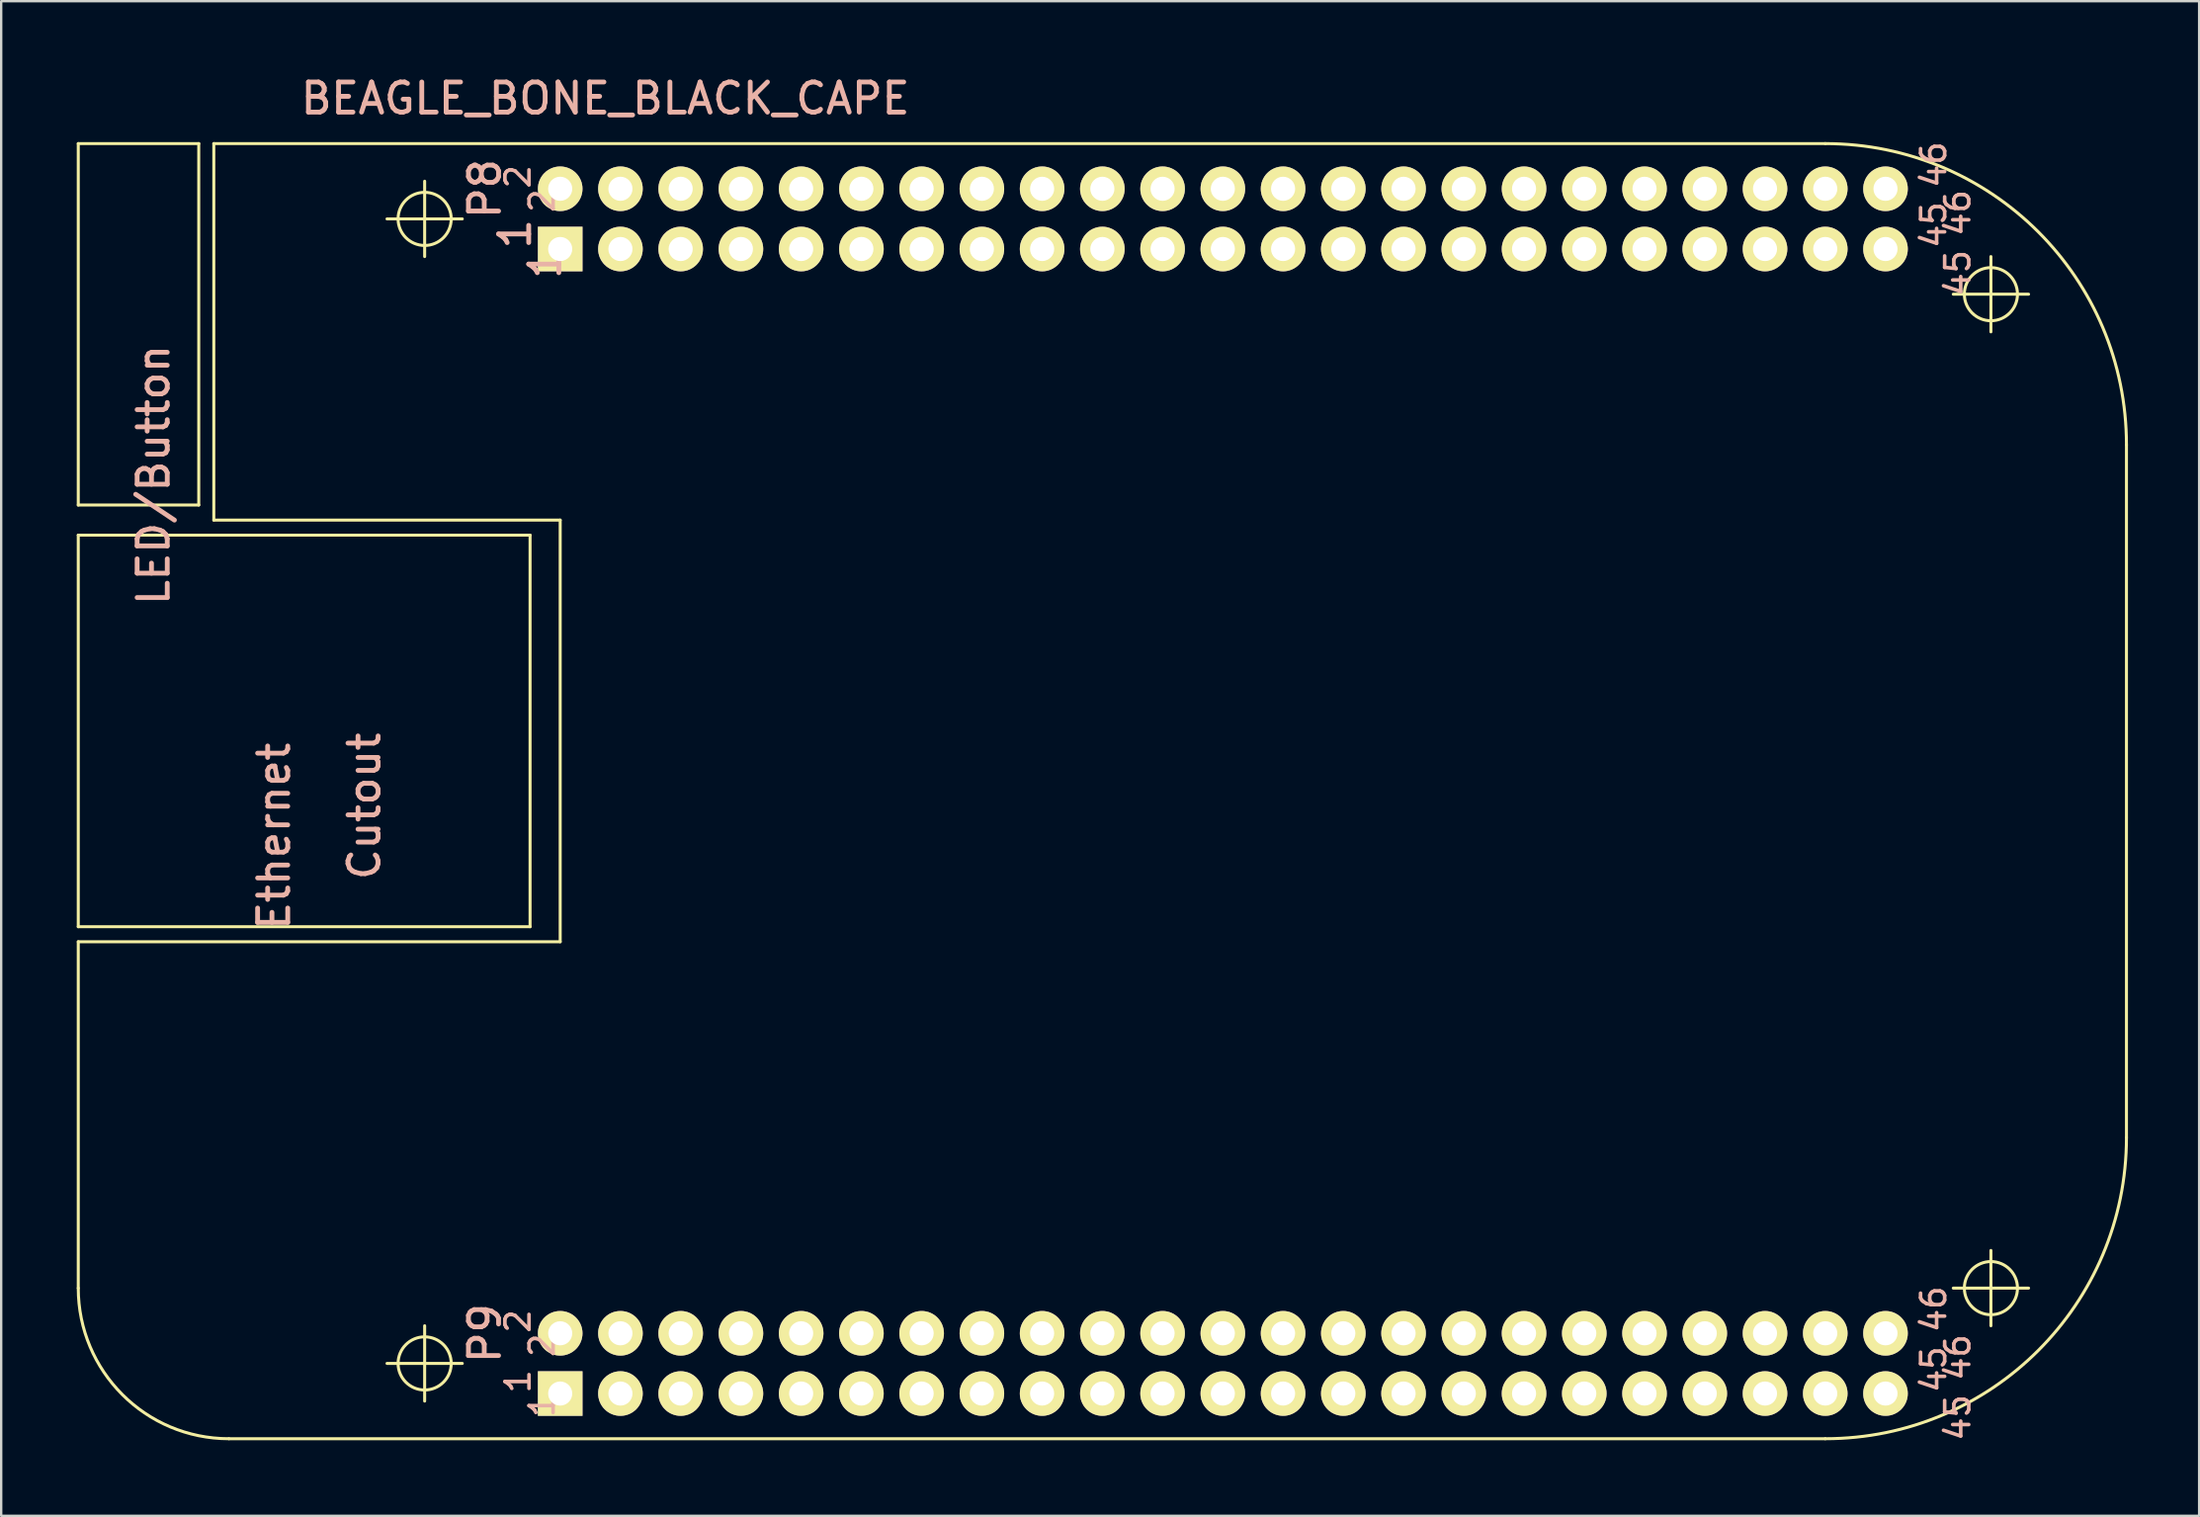
<source format=kicad_pcb>
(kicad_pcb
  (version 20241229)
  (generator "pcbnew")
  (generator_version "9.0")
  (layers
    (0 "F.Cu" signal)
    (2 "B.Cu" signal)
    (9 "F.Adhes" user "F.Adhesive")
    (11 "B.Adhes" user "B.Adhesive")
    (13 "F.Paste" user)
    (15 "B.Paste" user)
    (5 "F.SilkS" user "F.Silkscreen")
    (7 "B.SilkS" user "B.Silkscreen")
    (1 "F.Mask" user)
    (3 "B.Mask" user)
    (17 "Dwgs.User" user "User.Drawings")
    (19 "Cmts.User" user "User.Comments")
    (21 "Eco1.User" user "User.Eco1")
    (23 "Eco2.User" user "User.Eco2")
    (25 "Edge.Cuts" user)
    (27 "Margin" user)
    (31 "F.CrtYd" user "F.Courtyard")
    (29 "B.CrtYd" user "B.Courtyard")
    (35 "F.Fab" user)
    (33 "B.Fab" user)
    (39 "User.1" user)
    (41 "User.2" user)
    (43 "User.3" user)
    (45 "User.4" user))
  (footprint "BEAGLE_BONE_BLACK_CAPE"
    (layer "F.Cu")
    (at 0.25 57.615)
    (property "Reference" "BEAGLE_BONE_BLACK_CAPE" (at 22.225 -56.515 0) (layer "B.SilkS") (effects (font (size 1.27 1.27) (thickness 0.203))))
    (attr exclude_from_pos_files exclude_from_bom)
    (fp_line (start 0 -54.61) (end 0 -39.37) (stroke (width 0.127) (type solid)) (layer "F.SilkS"))
    (fp_line (start 0 -39.37) (end 5.08 -39.37) (stroke (width 0.127) (type solid)) (layer "F.SilkS"))
    (fp_line (start 0 -38.1) (end 0 -21.59) (stroke (width 0.127) (type solid)) (layer "F.SilkS"))
    (fp_line (start 0 -21.59) (end 19.05 -21.59) (stroke (width 0.127) (type solid)) (layer "F.SilkS"))
    (fp_line (start 0 -20.955) (end 0 -6.35) (stroke (width 0.127) (type solid)) (layer "F.SilkS"))
    (fp_line (start 0 -20.955) (end 20.32 -20.955) (stroke (width 0.127) (type solid)) (layer "F.SilkS"))
    (fp_line (start 5.08 -54.61) (end 0 -54.61) (stroke (width 0.127) (type solid)) (layer "F.SilkS"))
    (fp_line (start 5.08 -39.37) (end 5.08 -54.61) (stroke (width 0.127) (type solid)) (layer "F.SilkS"))
    (fp_line (start 5.715 -38.735) (end 5.715 -54.61) (stroke (width 0.127) (type solid)) (layer "F.SilkS"))
    (fp_line (start 5.715 -38.735) (end 20.32 -38.735) (stroke (width 0.127) (type solid)) (layer "F.SilkS"))
    (fp_line (start 6.35 0) (end 73.66 0) (stroke (width 0.127) (type solid)) (layer "F.SilkS"))
    (fp_line (start 13.018 -51.435) (end 16.192 -51.435) (stroke (width 0.127) (type solid)) (layer "F.SilkS"))
    (fp_line (start 13.018 -3.175) (end 16.192 -3.175) (stroke (width 0.127) (type solid)) (layer "F.SilkS"))
    (fp_line (start 14.605 -49.847) (end 14.605 -53.023) (stroke (width 0.127) (type solid)) (layer "F.SilkS"))
    (fp_line (start 14.605 -1.587) (end 14.605 -4.763) (stroke (width 0.127) (type solid)) (layer "F.SilkS"))
    (fp_line (start 19.05 -38.1) (end 0 -38.1) (stroke (width 0.127) (type solid)) (layer "F.SilkS"))
    (fp_line (start 19.05 -21.59) (end 19.05 -38.1) (stroke (width 0.127) (type solid)) (layer "F.SilkS"))
    (fp_line (start 20.32 -20.955) (end 20.32 -38.735) (stroke (width 0.127) (type solid)) (layer "F.SilkS"))
    (fp_line (start 73.66 -54.61) (end 5.715 -54.61) (stroke (width 0.127) (type solid)) (layer "F.SilkS"))
    (fp_line (start 79.058 -48.26) (end 82.233 -48.26) (stroke (width 0.127) (type solid)) (layer "F.SilkS"))
    (fp_line (start 79.058 -6.35) (end 82.233 -6.35) (stroke (width 0.127) (type solid)) (layer "F.SilkS"))
    (fp_line (start 80.645 -46.672) (end 80.645 -49.847) (stroke (width 0.127) (type solid)) (layer "F.SilkS"))
    (fp_line (start 80.645 -4.763) (end 80.645 -7.938) (stroke (width 0.127) (type solid)) (layer "F.SilkS"))
    (fp_line (start 86.36 -12.7) (end 86.36 -41.91) (stroke (width 0.127) (type solid)) (layer "F.SilkS"))
    (fp_arc (start 6.35 0) (mid 1.859872 -1.859872) (end 0 -6.35) (stroke (width 0.127) (type solid)) (layer "F.SilkS"))
    (fp_arc (start 73.66 -54.61) (mid 82.640256 -50.890256) (end 86.36 -41.91) (stroke (width 0.127) (type solid)) (layer "F.SilkS"))
    (fp_arc (start 86.36 -12.7) (mid 82.640256 -3.719744) (end 73.66 0) (stroke (width 0.127) (type solid)) (layer "F.SilkS"))
    (fp_circle (center 14.605 -51.435) (end 15.397 -52.227) (stroke (width 0.127) (type solid)) (fill no) (layer "F.SilkS"))
    (fp_circle (center 14.605 -3.175) (end 15.397 -3.967) (stroke (width 0.127) (type solid)) (fill no) (layer "F.SilkS"))
    (fp_circle (center 80.645 -48.26) (end 81.437 -49.052) (stroke (width 0.127) (type solid)) (fill no) (layer "F.SilkS"))
    (fp_circle (center 80.645 -6.35) (end 81.437 -7.142) (stroke (width 0.127) (type solid)) (fill no) (layer "F.SilkS"))
    (fp_text user "45" (at 79.248 -0.889 270) (layer "B.SilkS") (effects (font (size 1.016 1.016) (thickness 0.152))))
    (fp_text user "P9" (at 17.145 -4.445 90) (layer "B.SilkS") (effects (font (size 1.27 1.27) (thickness 0.203))))
    (fp_text user "46" (at 79.248 -3.429 270) (layer "B.SilkS") (effects (font (size 1.016 1.016) (thickness 0.152))))
    (fp_text user "2" (at 19.558 -52.197 270) (layer "B.SilkS") (effects (font (size 1.016 1.016) (thickness 0.152))))
    (fp_text user "1" (at 18.542 -2.413 90) (layer "B.SilkS") (effects (font (size 1.016 1.016) (thickness 0.152))))
    (fp_text user "1" (at 18.415 -50.8 90) (layer "B.SilkS") (effects (font (size 1.27 1.27) (thickness 0.203))))
    (fp_text user "46" (at 79.248 -51.689 270) (layer "B.SilkS") (effects (font (size 1.016 1.016) (thickness 0.152))))
    (fp_text user "45" (at 78.232 -2.921 90) (layer "B.SilkS") (effects (font (size 1.016 1.016) (thickness 0.152))))
    (fp_text user "45" (at 78.232 -51.181 90) (layer "B.SilkS") (effects (font (size 1.016 1.016) (thickness 0.152))))
    (fp_text user "2" (at 18.542 -4.953 90) (layer "B.SilkS") (effects (font (size 1.016 1.016) (thickness 0.152))))
    (fp_text user "2" (at 18.542 -53.213 90) (layer "B.SilkS") (effects (font (size 1.016 1.016) (thickness 0.152))))
    (fp_text user "46" (at 78.232 -53.721 90) (layer "B.SilkS") (effects (font (size 1.016 1.016) (thickness 0.152))))
    (fp_text user "1" (at 19.685 -49.53 270) (layer "B.SilkS") (effects (font (size 1.27 1.27) (thickness 0.203))))
    (fp_text user "2" (at 19.558 -3.937 270) (layer "B.SilkS") (effects (font (size 1.016 1.016) (thickness 0.152))))
    (fp_text user "46" (at 78.232 -5.461 90) (layer "B.SilkS") (effects (font (size 1.016 1.016) (thickness 0.152))))
    (fp_text user "1" (at 19.558 -1.397 270) (layer "B.SilkS") (effects (font (size 1.016 1.016) (thickness 0.152))))
    (fp_text user "P8" (at 17.145 -52.705 90) (layer "B.SilkS") (effects (font (size 1.27 1.27) (thickness 0.203))))
    (fp_text user "45" (at 79.248 -49.149 270) (layer "B.SilkS") (effects (font (size 1.016 1.016) (thickness 0.152))))
    (fp_text user "LED/Button" (at 3.175 -40.64 270) (layer "B.SilkS") (effects (font (size 1.27 1.27) (thickness 0.203))))
    (fp_text user "Ethernet" (at 8.255 -25.4 270) (layer "B.SilkS") (effects (font (size 1.27 1.27) (thickness 0.203))))
    (fp_text user "Cutout" (at 12.065 -26.67 270) (layer "B.SilkS") (effects (font (size 1.27 1.27) (thickness 0.203))))
    (pad "P8.1" thru_hole rect (at 20.32 -50.165) (size 1.88 1.88) (drill 1.016) (layers "*.Cu" "F.Mask" "F.SilkS" "F.Paste"))
    (pad "P8.1" thru_hole circle (at 30.48 -52.705) (size 1.88 1.88) (drill 1.016) (layers "*.Cu" "F.Mask" "F.SilkS" "F.Paste"))
    (pad "P8.1" thru_hole circle (at 33.02 -52.705) (size 1.88 1.88) (drill 1.016) (layers "*.Cu" "F.Mask" "F.SilkS" "F.Paste"))
    (pad "P8.1" thru_hole circle (at 33.02 -50.165) (size 1.88 1.88) (drill 1.016) (layers "*.Cu" "F.Mask" "F.SilkS" "F.Paste"))
    (pad "P8.1" thru_hole circle (at 35.56 -52.705) (size 1.88 1.88) (drill 1.016) (layers "*.Cu" "F.Mask" "F.SilkS" "F.Paste"))
    (pad "P8.1" thru_hole circle (at 35.56 -50.165) (size 1.88 1.88) (drill 1.016) (layers "*.Cu" "F.Mask" "F.SilkS" "F.Paste"))
    (pad "P8.1" thru_hole circle (at 38.1 -52.705) (size 1.88 1.88) (drill 1.016) (layers "*.Cu" "F.Mask" "F.SilkS" "F.Paste"))
    (pad "P8.1" thru_hole circle (at 38.1 -50.165) (size 1.88 1.88) (drill 1.016) (layers "*.Cu" "F.Mask" "F.SilkS" "F.Paste"))
    (pad "P8.1" thru_hole circle (at 40.64 -52.705) (size 1.88 1.88) (drill 1.016) (layers "*.Cu" "F.Mask" "F.SilkS" "F.Paste"))
    (pad "P8.1" thru_hole circle (at 40.64 -50.165) (size 1.88 1.88) (drill 1.016) (layers "*.Cu" "F.Mask" "F.SilkS" "F.Paste"))
    (pad "P8.1" thru_hole circle (at 43.18 -50.165) (size 1.88 1.88) (drill 1.016) (layers "*.Cu" "F.Mask" "F.SilkS" "F.Paste"))
    (pad "P8.2" thru_hole circle (at 20.32 -52.705) (size 1.88 1.88) (drill 1.016) (layers "*.Cu" "F.Mask" "F.SilkS" "F.Paste"))
    (pad "P8.2" thru_hole circle (at 43.18 -52.705) (size 1.88 1.88) (drill 1.016) (layers "*.Cu" "F.Mask" "F.SilkS" "F.Paste"))
    (pad "P8.2" thru_hole circle (at 45.72 -52.705) (size 1.88 1.88) (drill 1.016) (layers "*.Cu" "F.Mask" "F.SilkS" "F.Paste"))
    (pad "P8.2" thru_hole circle (at 45.72 -50.165) (size 1.88 1.88) (drill 1.016) (layers "*.Cu" "F.Mask" "F.SilkS" "F.Paste"))
    (pad "P8.2" thru_hole circle (at 48.26 -52.705) (size 1.88 1.88) (drill 1.016) (layers "*.Cu" "F.Mask" "F.SilkS" "F.Paste"))
    (pad "P8.2" thru_hole circle (at 48.26 -50.165) (size 1.88 1.88) (drill 1.016) (layers "*.Cu" "F.Mask" "F.SilkS" "F.Paste"))
    (pad "P8.2" thru_hole circle (at 50.8 -52.705) (size 1.88 1.88) (drill 1.016) (layers "*.Cu" "F.Mask" "F.SilkS" "F.Paste"))
    (pad "P8.2" thru_hole circle (at 50.8 -50.165) (size 1.88 1.88) (drill 1.016) (layers "*.Cu" "F.Mask" "F.SilkS" "F.Paste"))
    (pad "P8.2" thru_hole circle (at 53.34 -52.705) (size 1.88 1.88) (drill 1.016) (layers "*.Cu" "F.Mask" "F.SilkS" "F.Paste"))
    (pad "P8.2" thru_hole circle (at 53.34 -50.165) (size 1.88 1.88) (drill 1.016) (layers "*.Cu" "F.Mask" "F.SilkS" "F.Paste"))
    (pad "P8.2" thru_hole circle (at 55.88 -50.165) (size 1.88 1.88) (drill 1.016) (layers "*.Cu" "F.Mask" "F.SilkS" "F.Paste"))
    (pad "P8.3" thru_hole circle (at 22.86 -50.165) (size 1.88 1.88) (drill 1.016) (layers "*.Cu" "F.Mask" "F.SilkS" "F.Paste"))
    (pad "P8.3" thru_hole circle (at 55.88 -52.705) (size 1.88 1.88) (drill 1.016) (layers "*.Cu" "F.Mask" "F.SilkS" "F.Paste"))
    (pad "P8.3" thru_hole circle (at 58.42 -52.705) (size 1.88 1.88) (drill 1.016) (layers "*.Cu" "F.Mask" "F.SilkS" "F.Paste"))
    (pad "P8.3" thru_hole circle (at 58.42 -50.165) (size 1.88 1.88) (drill 1.016) (layers "*.Cu" "F.Mask" "F.SilkS" "F.Paste"))
    (pad "P8.3" thru_hole circle (at 60.96 -52.705) (size 1.88 1.88) (drill 1.016) (layers "*.Cu" "F.Mask" "F.SilkS" "F.Paste"))
    (pad "P8.3" thru_hole circle (at 60.96 -50.165) (size 1.88 1.88) (drill 1.016) (layers "*.Cu" "F.Mask" "F.SilkS" "F.Paste"))
    (pad "P8.3" thru_hole circle (at 63.5 -52.705) (size 1.88 1.88) (drill 1.016) (layers "*.Cu" "F.Mask" "F.SilkS" "F.Paste"))
    (pad "P8.3" thru_hole circle (at 63.5 -50.165) (size 1.88 1.88) (drill 1.016) (layers "*.Cu" "F.Mask" "F.SilkS" "F.Paste"))
    (pad "P8.3" thru_hole circle (at 66.04 -52.705) (size 1.88 1.88) (drill 1.016) (layers "*.Cu" "F.Mask" "F.SilkS" "F.Paste"))
    (pad "P8.3" thru_hole circle (at 66.04 -50.165) (size 1.88 1.88) (drill 1.016) (layers "*.Cu" "F.Mask" "F.SilkS" "F.Paste"))
    (pad "P8.3" thru_hole circle (at 68.58 -50.165) (size 1.88 1.88) (drill 1.016) (layers "*.Cu" "F.Mask" "F.SilkS" "F.Paste"))
    (pad "P8.4" thru_hole circle (at 22.86 -52.705) (size 1.88 1.88) (drill 1.016) (layers "*.Cu" "F.Mask" "F.SilkS" "F.Paste"))
    (pad "P8.4" thru_hole circle (at 68.58 -52.705) (size 1.88 1.88) (drill 1.016) (layers "*.Cu" "F.Mask" "F.SilkS" "F.Paste"))
    (pad "P8.4" thru_hole circle (at 71.12 -52.705) (size 1.88 1.88) (drill 1.016) (layers "*.Cu" "F.Mask" "F.SilkS" "F.Paste"))
    (pad "P8.4" thru_hole circle (at 71.12 -50.165) (size 1.88 1.88) (drill 1.016) (layers "*.Cu" "F.Mask" "F.SilkS" "F.Paste"))
    (pad "P8.4" thru_hole circle (at 73.66 -52.705) (size 1.88 1.88) (drill 1.016) (layers "*.Cu" "F.Mask" "F.SilkS" "F.Paste"))
    (pad "P8.4" thru_hole circle (at 73.66 -50.165) (size 1.88 1.88) (drill 1.016) (layers "*.Cu" "F.Mask" "F.SilkS" "F.Paste"))
    (pad "P8.4" thru_hole circle (at 76.2 -52.705) (size 1.88 1.88) (drill 1.016) (layers "*.Cu" "F.Mask" "F.SilkS" "F.Paste"))
    (pad "P8.4" thru_hole circle (at 76.2 -50.165) (size 1.88 1.88) (drill 1.016) (layers "*.Cu" "F.Mask" "F.SilkS" "F.Paste"))
    (pad "P8.5" thru_hole circle (at 25.4 -50.165) (size 1.88 1.88) (drill 1.016) (layers "*.Cu" "F.Mask" "F.SilkS" "F.Paste"))
    (pad "P8.6" thru_hole circle (at 25.4 -52.705) (size 1.88 1.88) (drill 1.016) (layers "*.Cu" "F.Mask" "F.SilkS" "F.Paste"))
    (pad "P8.7" thru_hole circle (at 27.94 -50.165) (size 1.88 1.88) (drill 1.016) (layers "*.Cu" "F.Mask" "F.SilkS" "F.Paste"))
    (pad "P8.8" thru_hole circle (at 27.94 -52.705) (size 1.88 1.88) (drill 1.016) (layers "*.Cu" "F.Mask" "F.SilkS" "F.Paste"))
    (pad "P8.9" thru_hole circle (at 30.48 -50.165) (size 1.88 1.88) (drill 1.016) (layers "*.Cu" "F.Mask" "F.SilkS" "F.Paste"))
    (pad "P9.1" thru_hole rect (at 20.32 -1.905) (size 1.88 1.88) (drill 1.016) (layers "*.Cu" "F.Mask" "F.SilkS" "F.Paste"))
    (pad "P9.1" thru_hole circle (at 30.48 -4.445) (size 1.88 1.88) (drill 1.016) (layers "*.Cu" "F.Mask" "F.SilkS" "F.Paste"))
    (pad "P9.1" thru_hole circle (at 33.02 -4.445) (size 1.88 1.88) (drill 1.016) (layers "*.Cu" "F.Mask" "F.SilkS" "F.Paste"))
    (pad "P9.1" thru_hole circle (at 33.02 -1.905) (size 1.88 1.88) (drill 1.016) (layers "*.Cu" "F.Mask" "F.SilkS" "F.Paste"))
    (pad "P9.1" thru_hole circle (at 35.56 -4.445) (size 1.88 1.88) (drill 1.016) (layers "*.Cu" "F.Mask" "F.SilkS" "F.Paste"))
    (pad "P9.1" thru_hole circle (at 35.56 -1.905) (size 1.88 1.88) (drill 1.016) (layers "*.Cu" "F.Mask" "F.SilkS" "F.Paste"))
    (pad "P9.1" thru_hole circle (at 38.1 -4.445) (size 1.88 1.88) (drill 1.016) (layers "*.Cu" "F.Mask" "F.SilkS" "F.Paste"))
    (pad "P9.1" thru_hole circle (at 38.1 -1.905) (size 1.88 1.88) (drill 1.016) (layers "*.Cu" "F.Mask" "F.SilkS" "F.Paste"))
    (pad "P9.1" thru_hole circle (at 40.64 -4.445) (size 1.88 1.88) (drill 1.016) (layers "*.Cu" "F.Mask" "F.SilkS" "F.Paste"))
    (pad "P9.1" thru_hole circle (at 40.64 -1.905) (size 1.88 1.88) (drill 1.016) (layers "*.Cu" "F.Mask" "F.SilkS" "F.Paste"))
    (pad "P9.1" thru_hole circle (at 43.18 -1.905) (size 1.88 1.88) (drill 1.016) (layers "*.Cu" "F.Mask" "F.SilkS" "F.Paste"))
    (pad "P9.2" thru_hole circle (at 20.32 -4.445) (size 1.88 1.88) (drill 1.016) (layers "*.Cu" "F.Mask" "F.SilkS" "F.Paste"))
    (pad "P9.2" thru_hole circle (at 43.18 -4.445) (size 1.88 1.88) (drill 1.016) (layers "*.Cu" "F.Mask" "F.SilkS" "F.Paste"))
    (pad "P9.2" thru_hole circle (at 45.72 -4.445) (size 1.88 1.88) (drill 1.016) (layers "*.Cu" "F.Mask" "F.SilkS" "F.Paste"))
    (pad "P9.2" thru_hole circle (at 45.72 -1.905) (size 1.88 1.88) (drill 1.016) (layers "*.Cu" "F.Mask" "F.SilkS" "F.Paste"))
    (pad "P9.2" thru_hole circle (at 48.26 -4.445) (size 1.88 1.88) (drill 1.016) (layers "*.Cu" "F.Mask" "F.SilkS" "F.Paste"))
    (pad "P9.2" thru_hole circle (at 48.26 -1.905) (size 1.88 1.88) (drill 1.016) (layers "*.Cu" "F.Mask" "F.SilkS" "F.Paste"))
    (pad "P9.2" thru_hole circle (at 50.8 -4.445) (size 1.88 1.88) (drill 1.016) (layers "*.Cu" "F.Mask" "F.SilkS" "F.Paste"))
    (pad "P9.2" thru_hole circle (at 50.8 -1.905) (size 1.88 1.88) (drill 1.016) (layers "*.Cu" "F.Mask" "F.SilkS" "F.Paste"))
    (pad "P9.2" thru_hole circle (at 53.34 -4.445) (size 1.88 1.88) (drill 1.016) (layers "*.Cu" "F.Mask" "F.SilkS" "F.Paste"))
    (pad "P9.2" thru_hole circle (at 53.34 -1.905) (size 1.88 1.88) (drill 1.016) (layers "*.Cu" "F.Mask" "F.SilkS" "F.Paste"))
    (pad "P9.2" thru_hole circle (at 55.88 -1.905) (size 1.88 1.88) (drill 1.016) (layers "*.Cu" "F.Mask" "F.SilkS" "F.Paste"))
    (pad "P9.3" thru_hole circle (at 22.86 -1.905) (size 1.88 1.88) (drill 1.016) (layers "*.Cu" "F.Mask" "F.SilkS" "F.Paste"))
    (pad "P9.3" thru_hole circle (at 55.88 -4.445) (size 1.88 1.88) (drill 1.016) (layers "*.Cu" "F.Mask" "F.SilkS" "F.Paste"))
    (pad "P9.3" thru_hole circle (at 58.42 -4.445) (size 1.88 1.88) (drill 1.016) (layers "*.Cu" "F.Mask" "F.SilkS" "F.Paste"))
    (pad "P9.3" thru_hole circle (at 58.42 -1.905) (size 1.88 1.88) (drill 1.016) (layers "*.Cu" "F.Mask" "F.SilkS" "F.Paste"))
    (pad "P9.3" thru_hole circle (at 60.96 -4.445) (size 1.88 1.88) (drill 1.016) (layers "*.Cu" "F.Mask" "F.SilkS" "F.Paste"))
    (pad "P9.3" thru_hole circle (at 60.96 -1.905) (size 1.88 1.88) (drill 1.016) (layers "*.Cu" "F.Mask" "F.SilkS" "F.Paste"))
    (pad "P9.3" thru_hole circle (at 63.5 -4.445) (size 1.88 1.88) (drill 1.016) (layers "*.Cu" "F.Mask" "F.SilkS" "F.Paste"))
    (pad "P9.3" thru_hole circle (at 63.5 -1.905) (size 1.88 1.88) (drill 1.016) (layers "*.Cu" "F.Mask" "F.SilkS" "F.Paste"))
    (pad "P9.3" thru_hole circle (at 66.04 -4.445) (size 1.88 1.88) (drill 1.016) (layers "*.Cu" "F.Mask" "F.SilkS" "F.Paste"))
    (pad "P9.3" thru_hole circle (at 66.04 -1.905) (size 1.88 1.88) (drill 1.016) (layers "*.Cu" "F.Mask" "F.SilkS" "F.Paste"))
    (pad "P9.3" thru_hole circle (at 68.58 -1.905) (size 1.88 1.88) (drill 1.016) (layers "*.Cu" "F.Mask" "F.SilkS" "F.Paste"))
    (pad "P9.4" thru_hole circle (at 22.86 -4.445) (size 1.88 1.88) (drill 1.016) (layers "*.Cu" "F.Mask" "F.SilkS" "F.Paste"))
    (pad "P9.4" thru_hole circle (at 68.58 -4.445) (size 1.88 1.88) (drill 1.016) (layers "*.Cu" "F.Mask" "F.SilkS" "F.Paste"))
    (pad "P9.4" thru_hole circle (at 71.12 -4.445) (size 1.88 1.88) (drill 1.016) (layers "*.Cu" "F.Mask" "F.SilkS" "F.Paste"))
    (pad "P9.4" thru_hole circle (at 71.12 -1.905) (size 1.88 1.88) (drill 1.016) (layers "*.Cu" "F.Mask" "F.SilkS" "F.Paste"))
    (pad "P9.4" thru_hole circle (at 73.66 -4.445) (size 1.88 1.88) (drill 1.016) (layers "*.Cu" "F.Mask" "F.SilkS" "F.Paste"))
    (pad "P9.4" thru_hole circle (at 73.66 -1.905) (size 1.88 1.88) (drill 1.016) (layers "*.Cu" "F.Mask" "F.SilkS" "F.Paste"))
    (pad "P9.4" thru_hole circle (at 76.2 -4.445) (size 1.88 1.88) (drill 1.016) (layers "*.Cu" "F.Mask" "F.SilkS" "F.Paste"))
    (pad "P9.4" thru_hole circle (at 76.2 -1.905) (size 1.88 1.88) (drill 1.016) (layers "*.Cu" "F.Mask" "F.SilkS" "F.Paste"))
    (pad "P9.5" thru_hole circle (at 25.4 -1.905) (size 1.88 1.88) (drill 1.016) (layers "*.Cu" "F.Mask" "F.SilkS" "F.Paste"))
    (pad "P9.6" thru_hole circle (at 25.4 -4.445) (size 1.88 1.88) (drill 1.016) (layers "*.Cu" "F.Mask" "F.SilkS" "F.Paste"))
    (pad "P9.7" thru_hole circle (at 27.94 -1.905) (size 1.88 1.88) (drill 1.016) (layers "*.Cu" "F.Mask" "F.SilkS" "F.Paste"))
    (pad "P9.8" thru_hole circle (at 27.94 -4.445) (size 1.88 1.88) (drill 1.016) (layers "*.Cu" "F.Mask" "F.SilkS" "F.Paste"))
    (pad "P9.9" thru_hole circle (at 30.48 -1.905) (size 1.88 1.88) (drill 1.016) (layers "*.Cu" "F.Mask" "F.SilkS" "F.Paste")))
  (gr_rect
    (start -3 -3)
    (end 89.674 60.865)
    (stroke (width 0.1) (type default))
    (fill no)
    (layer "Edge.Cuts")))
</source>
